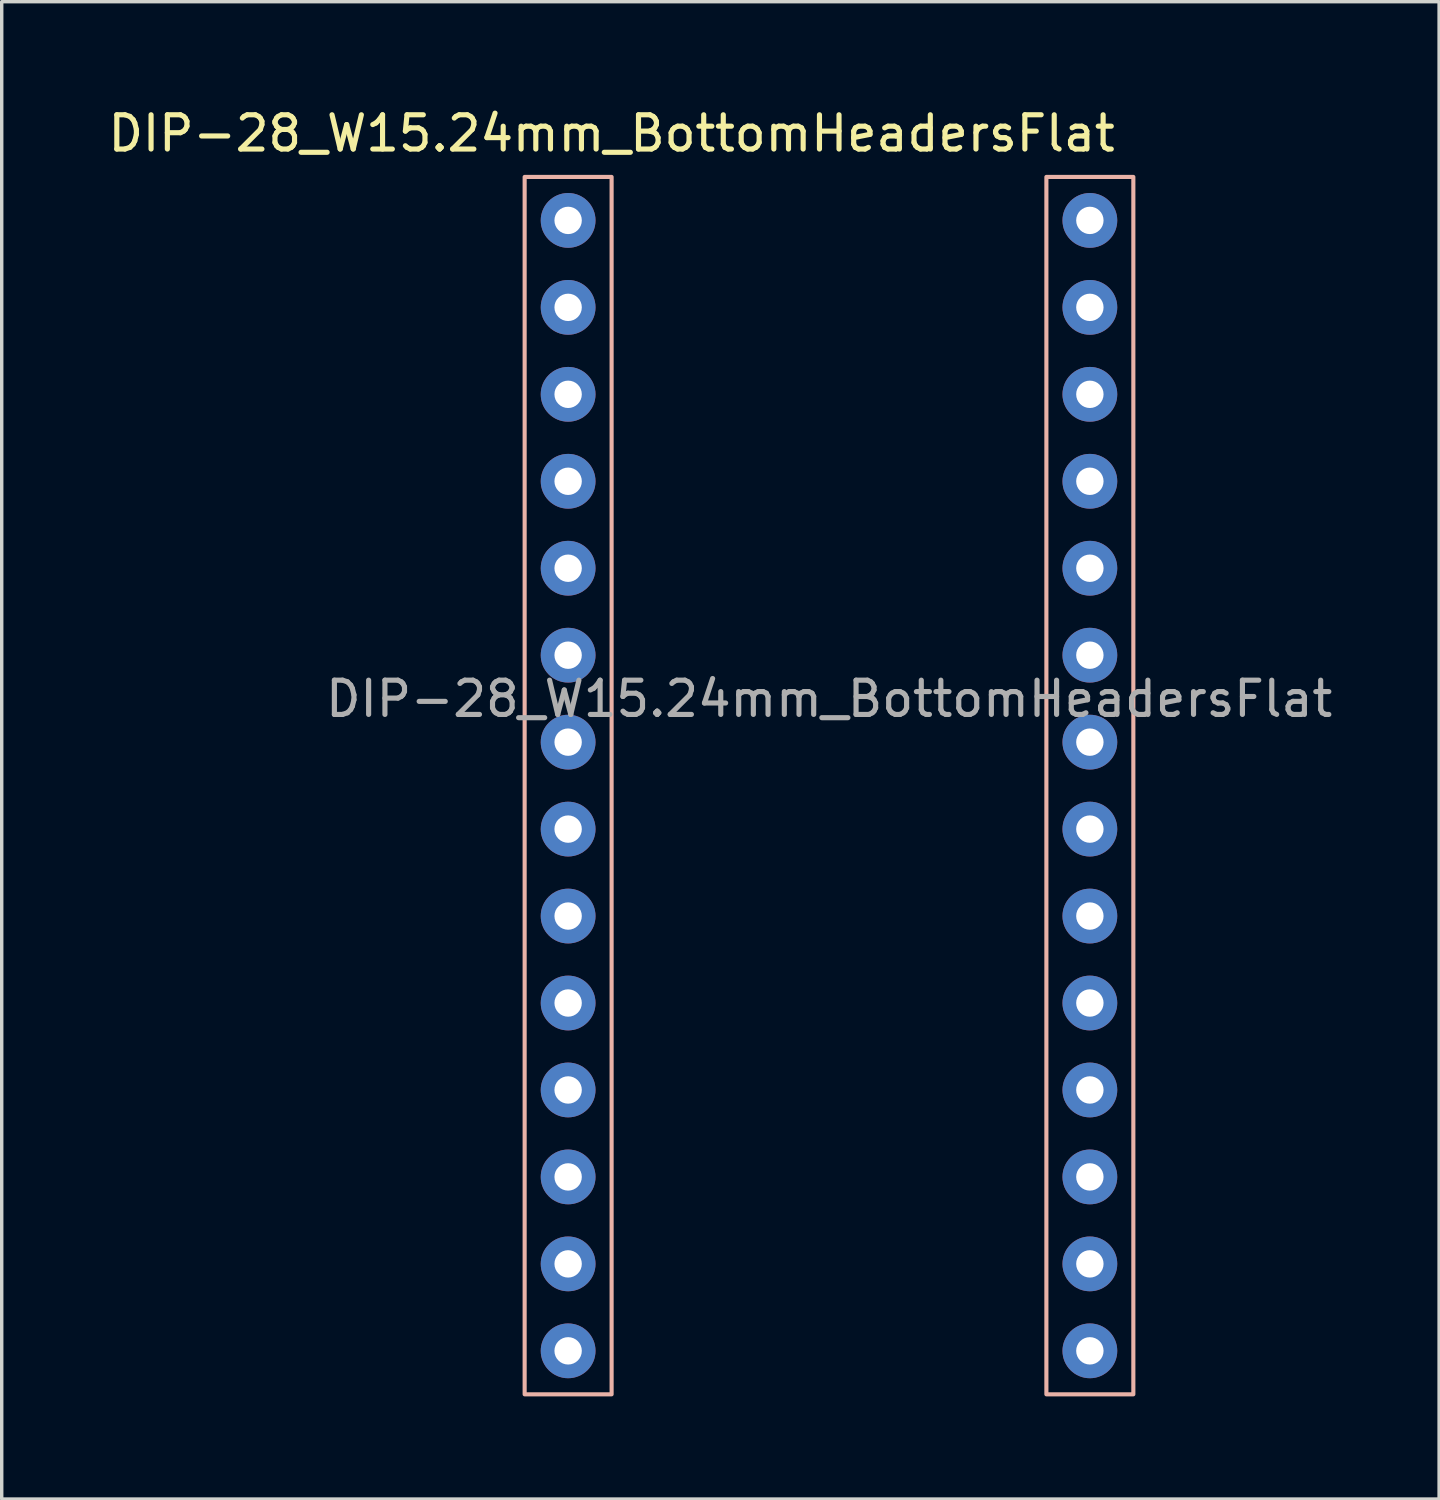
<source format=kicad_pcb>
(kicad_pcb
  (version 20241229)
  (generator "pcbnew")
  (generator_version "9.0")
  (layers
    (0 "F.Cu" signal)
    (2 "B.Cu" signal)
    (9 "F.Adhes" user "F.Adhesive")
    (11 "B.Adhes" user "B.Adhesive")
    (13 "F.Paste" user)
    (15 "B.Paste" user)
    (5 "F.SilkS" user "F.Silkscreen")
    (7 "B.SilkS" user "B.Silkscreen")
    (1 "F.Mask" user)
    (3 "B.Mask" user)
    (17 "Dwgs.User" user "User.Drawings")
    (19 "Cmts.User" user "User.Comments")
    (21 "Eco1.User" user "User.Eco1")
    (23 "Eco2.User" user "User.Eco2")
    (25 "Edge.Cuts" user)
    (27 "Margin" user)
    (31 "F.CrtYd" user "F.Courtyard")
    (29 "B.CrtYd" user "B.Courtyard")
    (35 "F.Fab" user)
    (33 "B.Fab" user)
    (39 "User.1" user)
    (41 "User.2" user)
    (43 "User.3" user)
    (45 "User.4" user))
  (footprint "DIP-28_W15.24mm_BottomHeadersFlat"
    (layer "F.Cu")
    (at 13.545 3.388)
    (property "Reference" "DIP-28_W15.24mm_BottomHeadersFlat" (at 1.27 -2.54 0) (layer "F.SilkS") (effects (font (size 1 1) (thickness 0.15))))
    (attr through_hole)
    (fp_rect (start -1.27 -1.27) (end 1.27 34.29) (stroke (width 0.12) (type default)) (fill no) (layer "B.SilkS"))
    (fp_rect (start 13.97 -1.27) (end 16.51 34.29) (stroke (width 0.12) (type default)) (fill no) (layer "B.SilkS"))
    (fp_text user "${REFERENCE}" (at 7.625 13.975 0) (layer "F.Fab") (effects (font (size 1 1) (thickness 0.15))))
    (pad "1" thru_hole circle (at 0 0) (size 1.6 1.6) (drill 0.8) (layers "*.Cu" "*.Mask"))
    (pad "2" thru_hole oval (at 0 2.54) (size 1.6 1.6) (drill 0.8) (layers "*.Cu" "*.Mask"))
    (pad "3" thru_hole oval (at 0 5.08) (size 1.6 1.6) (drill 0.8) (layers "*.Cu" "*.Mask"))
    (pad "4" thru_hole oval (at 0 7.62) (size 1.6 1.6) (drill 0.8) (layers "*.Cu" "*.Mask"))
    (pad "5" thru_hole oval (at 0 10.16) (size 1.6 1.6) (drill 0.8) (layers "*.Cu" "*.Mask"))
    (pad "6" thru_hole oval (at 0 12.7) (size 1.6 1.6) (drill 0.8) (layers "*.Cu" "*.Mask"))
    (pad "7" thru_hole oval (at 0 15.24) (size 1.6 1.6) (drill 0.8) (layers "*.Cu" "*.Mask"))
    (pad "8" thru_hole oval (at 0 17.78) (size 1.6 1.6) (drill 0.8) (layers "*.Cu" "*.Mask"))
    (pad "9" thru_hole oval (at 0 20.32) (size 1.6 1.6) (drill 0.8) (layers "*.Cu" "*.Mask"))
    (pad "10" thru_hole oval (at 0 22.86) (size 1.6 1.6) (drill 0.8) (layers "*.Cu" "*.Mask"))
    (pad "11" thru_hole oval (at 0 25.4) (size 1.6 1.6) (drill 0.8) (layers "*.Cu" "*.Mask"))
    (pad "12" thru_hole oval (at 0 27.94) (size 1.6 1.6) (drill 0.8) (layers "*.Cu" "*.Mask"))
    (pad "13" thru_hole oval (at 0 30.48) (size 1.6 1.6) (drill 0.8) (layers "*.Cu" "*.Mask"))
    (pad "14" thru_hole oval (at 0 33.02) (size 1.6 1.6) (drill 0.8) (layers "*.Cu" "*.Mask"))
    (pad "15" thru_hole oval (at 15.24 33.02) (size 1.6 1.6) (drill 0.8) (layers "*.Cu" "*.Mask"))
    (pad "16" thru_hole oval (at 15.24 30.48) (size 1.6 1.6) (drill 0.8) (layers "*.Cu" "*.Mask"))
    (pad "17" thru_hole oval (at 15.24 27.94) (size 1.6 1.6) (drill 0.8) (layers "*.Cu" "*.Mask"))
    (pad "18" thru_hole oval (at 15.24 25.4) (size 1.6 1.6) (drill 0.8) (layers "*.Cu" "*.Mask"))
    (pad "19" thru_hole oval (at 15.24 22.86) (size 1.6 1.6) (drill 0.8) (layers "*.Cu" "*.Mask"))
    (pad "20" thru_hole oval (at 15.24 20.32) (size 1.6 1.6) (drill 0.8) (layers "*.Cu" "*.Mask"))
    (pad "21" thru_hole oval (at 15.24 17.78) (size 1.6 1.6) (drill 0.8) (layers "*.Cu" "*.Mask"))
    (pad "22" thru_hole oval (at 15.24 15.24) (size 1.6 1.6) (drill 0.8) (layers "*.Cu" "*.Mask"))
    (pad "23" thru_hole oval (at 15.24 12.7) (size 1.6 1.6) (drill 0.8) (layers "*.Cu" "*.Mask"))
    (pad "24" thru_hole oval (at 15.24 10.16) (size 1.6 1.6) (drill 0.8) (layers "*.Cu" "*.Mask"))
    (pad "25" thru_hole oval (at 15.24 7.62) (size 1.6 1.6) (drill 0.8) (layers "*.Cu" "*.Mask"))
    (pad "26" thru_hole oval (at 15.24 5.08) (size 1.6 1.6) (drill 0.8) (layers "*.Cu" "*.Mask"))
    (pad "27" thru_hole oval (at 15.24 2.54) (size 1.6 1.6) (drill 0.8) (layers "*.Cu" "*.Mask"))
    (pad "28" thru_hole oval (at 15.24 0) (size 1.6 1.6) (drill 0.8) (layers "*.Cu" "*.Mask")))
  (gr_rect
    (start -3 -3)
    (end 38.986 40.738)
    (stroke (width 0.1) (type default))
    (fill no)
    (layer "Edge.Cuts")))
</source>
